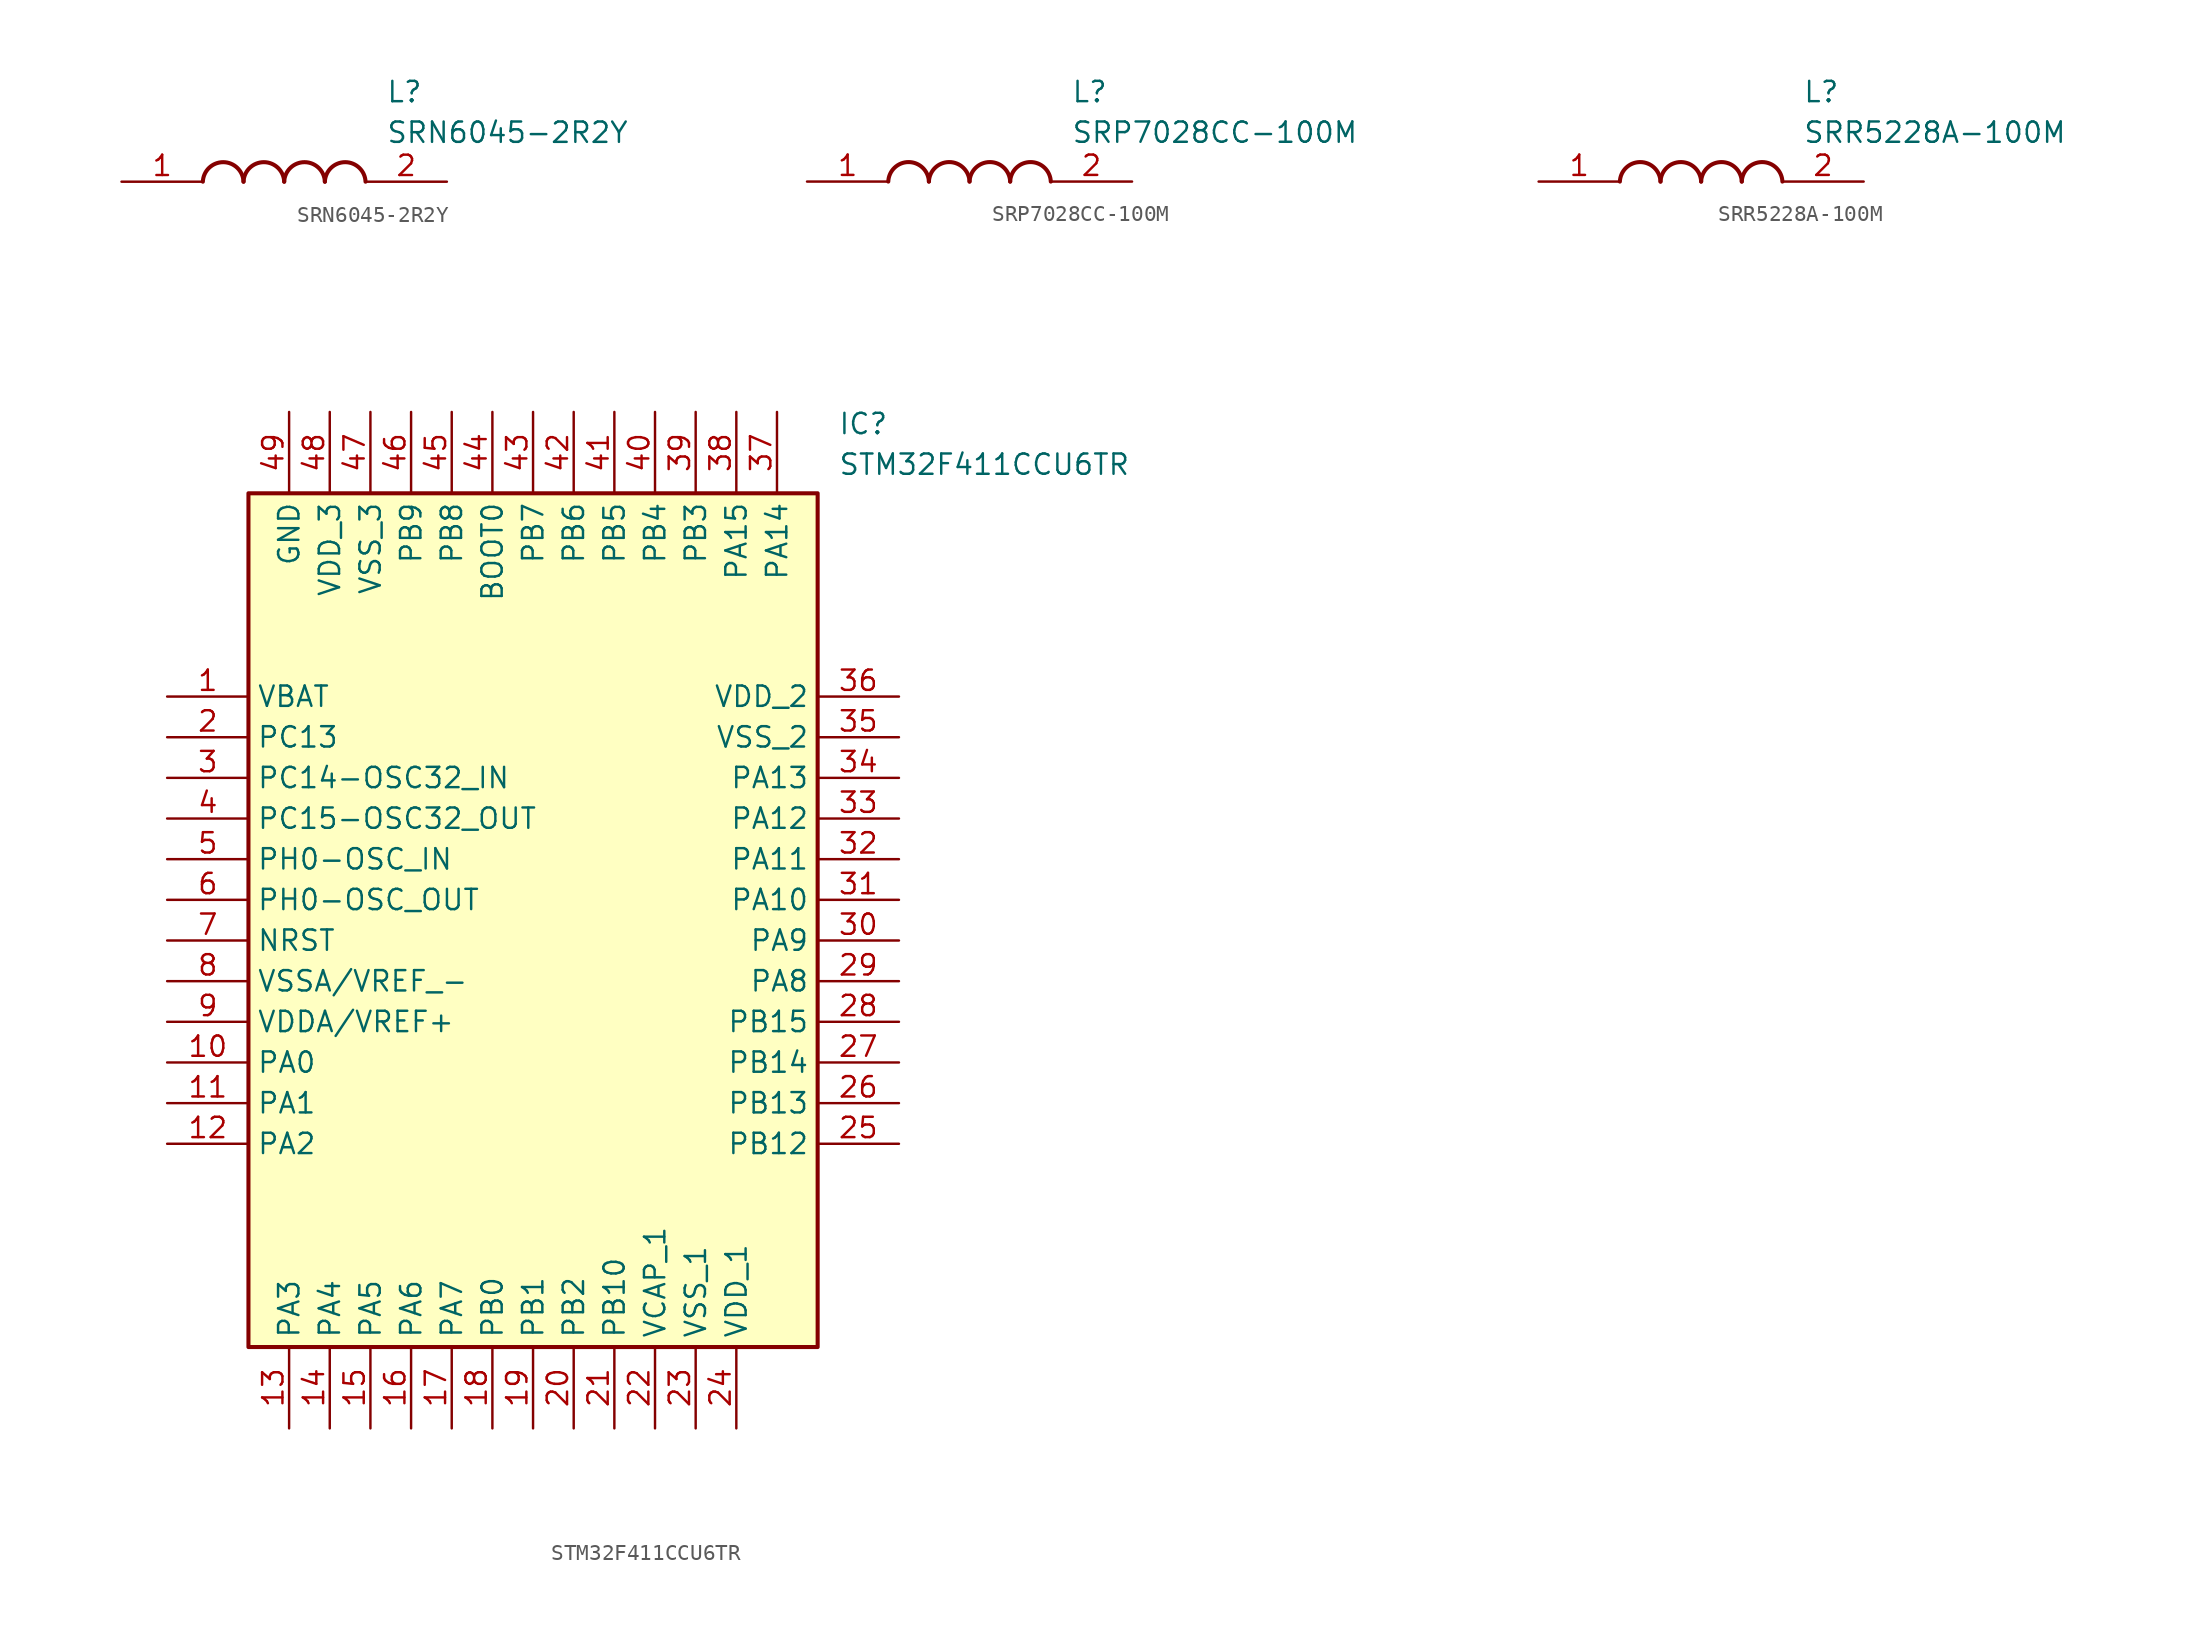
<source format=kicad_sym>
(kicad_symbol_lib
  (version 20231120)
  (generator "kicad_symbol_editor")
  (generator_version "8.0")
  (symbol "SRN6045-2R2Y"
    (pin_names hide)
    (property "Reference" "L"
      (at 16.51 6.35 0)
      (effects (font (size 1.27 1.27)) (justify left top)))
    (property "Value" "SRN6045-2R2Y"
      (at 16.51 3.81 0)
      (effects (font (size 1.27 1.27)) (justify left top)))
    (symbol "SRN6045-2R2Y_1_1"
      (arc (start 7.62 0) (mid 6.35 1.219) (end 5.08 0) (stroke (width 0.254) (type default)) (fill (type none)))
      (arc (start 10.16 0) (mid 8.89 1.219) (end 7.62 0) (stroke (width 0.254) (type default)) (fill (type none)))
      (arc (start 12.7 0) (mid 11.43 1.219) (end 10.16 0) (stroke (width 0.254) (type default)) (fill (type none)))
      (arc (start 15.24 0) (mid 13.97 1.219) (end 12.7 0) (stroke (width 0.254) (type default)) (fill (type none)))
      (pin passive line (at 0 0 0) (length 5.08) (name "1" (effects (font (size 1.27 1.27)))) (number "1" (effects (font (size 1.27 1.27)))))
      (pin passive line (at 20.32 0 180) (length 5.08) (name "2" (effects (font (size 1.27 1.27)))) (number "2" (effects (font (size 1.27 1.27)))))))
  (symbol "SRP7028CC-100M"
    (pin_names hide)
    (property "Reference" "L"
      (at 16.51 6.35 0)
      (effects (font (size 1.27 1.27)) (justify left top)))
    (property "Value" "SRP7028CC-100M"
      (at 16.51 3.81 0)
      (effects (font (size 1.27 1.27)) (justify left top)))
    (symbol "SRP7028CC-100M_1_1"
      (arc (start 7.62 0) (mid 6.35 1.219) (end 5.08 0) (stroke (width 0.254) (type default)) (fill (type none)))
      (arc (start 10.16 0) (mid 8.89 1.219) (end 7.62 0) (stroke (width 0.254) (type default)) (fill (type none)))
      (arc (start 12.7 0) (mid 11.43 1.219) (end 10.16 0) (stroke (width 0.254) (type default)) (fill (type none)))
      (arc (start 15.24 0) (mid 13.97 1.219) (end 12.7 0) (stroke (width 0.254) (type default)) (fill (type none)))
      (pin passive line (at 0 0 0) (length 5.08) (name "1" (effects (font (size 1.27 1.27)))) (number "1" (effects (font (size 1.27 1.27)))))
      (pin passive line (at 20.32 0 180) (length 5.08) (name "2" (effects (font (size 1.27 1.27)))) (number "2" (effects (font (size 1.27 1.27)))))))
  (symbol "SRR5228A-100M"
    (pin_names hide)
    (property "Reference" "L"
      (at 16.51 6.35 0)
      (effects (font (size 1.27 1.27)) (justify left top)))
    (property "Value" "SRR5228A-100M"
      (at 16.51 3.81 0)
      (effects (font (size 1.27 1.27)) (justify left top)))
    (symbol "SRR5228A-100M_1_1"
      (arc (start 7.62 0) (mid 6.35 1.219) (end 5.08 0) (stroke (width 0.254) (type default)) (fill (type none)))
      (arc (start 10.16 0) (mid 8.89 1.219) (end 7.62 0) (stroke (width 0.254) (type default)) (fill (type none)))
      (arc (start 12.7 0) (mid 11.43 1.219) (end 10.16 0) (stroke (width 0.254) (type default)) (fill (type none)))
      (arc (start 15.24 0) (mid 13.97 1.219) (end 12.7 0) (stroke (width 0.254) (type default)) (fill (type none)))
      (pin passive line (at 0 0 0) (length 5.08) (name "1" (effects (font (size 1.27 1.27)))) (number "1" (effects (font (size 1.27 1.27)))))
      (pin passive line (at 20.32 0 180) (length 5.08) (name "2" (effects (font (size 1.27 1.27)))) (number "2" (effects (font (size 1.27 1.27)))))))
  (symbol "STM32F411CCU6TR"
    (property "Reference" "IC"
      (at 41.91 17.78 0)
      (effects (font (size 1.27 1.27)) (justify left top)))
    (property "Value" "STM32F411CCU6TR"
      (at 41.91 15.24 0)
      (effects (font (size 1.27 1.27)) (justify left top)))
    (symbol "STM32F411CCU6TR_1_1"
      (rectangle (start 5.08 12.7) (end 40.64 -40.64) (stroke (width 0.254) (type default)) (fill (type background)))
      (pin passive line (at 0 0 0) (length 5.08) (name "VBAT" (effects (font (size 1.27 1.27)))) (number "1" (effects (font (size 1.27 1.27)))))
      (pin passive line (at 0 -22.86 0) (length 5.08) (name "PA0" (effects (font (size 1.27 1.27)))) (number "10" (effects (font (size 1.27 1.27)))))
      (pin passive line (at 0 -25.4 0) (length 5.08) (name "PA1" (effects (font (size 1.27 1.27)))) (number "11" (effects (font (size 1.27 1.27)))))
      (pin passive line (at 0 -27.94 0) (length 5.08) (name "PA2" (effects (font (size 1.27 1.27)))) (number "12" (effects (font (size 1.27 1.27)))))
      (pin passive line (at 7.62 -45.72 90) (length 5.08) (name "PA3" (effects (font (size 1.27 1.27)))) (number "13" (effects (font (size 1.27 1.27)))))
      (pin passive line (at 10.16 -45.72 90) (length 5.08) (name "PA4" (effects (font (size 1.27 1.27)))) (number "14" (effects (font (size 1.27 1.27)))))
      (pin passive line (at 12.7 -45.72 90) (length 5.08) (name "PA5" (effects (font (size 1.27 1.27)))) (number "15" (effects (font (size 1.27 1.27)))))
      (pin passive line (at 15.24 -45.72 90) (length 5.08) (name "PA6" (effects (font (size 1.27 1.27)))) (number "16" (effects (font (size 1.27 1.27)))))
      (pin passive line (at 17.78 -45.72 90) (length 5.08) (name "PA7" (effects (font (size 1.27 1.27)))) (number "17" (effects (font (size 1.27 1.27)))))
      (pin passive line (at 20.32 -45.72 90) (length 5.08) (name "PB0" (effects (font (size 1.27 1.27)))) (number "18" (effects (font (size 1.27 1.27)))))
      (pin passive line (at 22.86 -45.72 90) (length 5.08) (name "PB1" (effects (font (size 1.27 1.27)))) (number "19" (effects (font (size 1.27 1.27)))))
      (pin passive line (at 0 -2.54 0) (length 5.08) (name "PC13" (effects (font (size 1.27 1.27)))) (number "2" (effects (font (size 1.27 1.27)))))
      (pin passive line (at 25.4 -45.72 90) (length 5.08) (name "PB2" (effects (font (size 1.27 1.27)))) (number "20" (effects (font (size 1.27 1.27)))))
      (pin passive line (at 27.94 -45.72 90) (length 5.08) (name "PB10" (effects (font (size 1.27 1.27)))) (number "21" (effects (font (size 1.27 1.27)))))
      (pin passive line (at 30.48 -45.72 90) (length 5.08) (name "VCAP_1" (effects (font (size 1.27 1.27)))) (number "22" (effects (font (size 1.27 1.27)))))
      (pin passive line (at 33.02 -45.72 90) (length 5.08) (name "VSS_1" (effects (font (size 1.27 1.27)))) (number "23" (effects (font (size 1.27 1.27)))))
      (pin passive line (at 35.56 -45.72 90) (length 5.08) (name "VDD_1" (effects (font (size 1.27 1.27)))) (number "24" (effects (font (size 1.27 1.27)))))
      (pin passive line (at 45.72 -27.94 180) (length 5.08) (name "PB12" (effects (font (size 1.27 1.27)))) (number "25" (effects (font (size 1.27 1.27)))))
      (pin passive line (at 45.72 -25.4 180) (length 5.08) (name "PB13" (effects (font (size 1.27 1.27)))) (number "26" (effects (font (size 1.27 1.27)))))
      (pin passive line (at 45.72 -22.86 180) (length 5.08) (name "PB14" (effects (font (size 1.27 1.27)))) (number "27" (effects (font (size 1.27 1.27)))))
      (pin passive line (at 45.72 -20.32 180) (length 5.08) (name "PB15" (effects (font (size 1.27 1.27)))) (number "28" (effects (font (size 1.27 1.27)))))
      (pin passive line (at 45.72 -17.78 180) (length 5.08) (name "PA8" (effects (font (size 1.27 1.27)))) (number "29" (effects (font (size 1.27 1.27)))))
      (pin passive line (at 0 -5.08 0) (length 5.08) (name "PC14-OSC32_IN" (effects (font (size 1.27 1.27)))) (number "3" (effects (font (size 1.27 1.27)))))
      (pin passive line (at 45.72 -15.24 180) (length 5.08) (name "PA9" (effects (font (size 1.27 1.27)))) (number "30" (effects (font (size 1.27 1.27)))))
      (pin passive line (at 45.72 -12.7 180) (length 5.08) (name "PA10" (effects (font (size 1.27 1.27)))) (number "31" (effects (font (size 1.27 1.27)))))
      (pin passive line (at 45.72 -10.16 180) (length 5.08) (name "PA11" (effects (font (size 1.27 1.27)))) (number "32" (effects (font (size 1.27 1.27)))))
      (pin passive line (at 45.72 -7.62 180) (length 5.08) (name "PA12" (effects (font (size 1.27 1.27)))) (number "33" (effects (font (size 1.27 1.27)))))
      (pin passive line (at 45.72 -5.08 180) (length 5.08) (name "PA13" (effects (font (size 1.27 1.27)))) (number "34" (effects (font (size 1.27 1.27)))))
      (pin passive line (at 45.72 -2.54 180) (length 5.08) (name "VSS_2" (effects (font (size 1.27 1.27)))) (number "35" (effects (font (size 1.27 1.27)))))
      (pin passive line (at 45.72 0 180) (length 5.08) (name "VDD_2" (effects (font (size 1.27 1.27)))) (number "36" (effects (font (size 1.27 1.27)))))
      (pin passive line (at 38.1 17.78 270) (length 5.08) (name "PA14" (effects (font (size 1.27 1.27)))) (number "37" (effects (font (size 1.27 1.27)))))
      (pin passive line (at 35.56 17.78 270) (length 5.08) (name "PA15" (effects (font (size 1.27 1.27)))) (number "38" (effects (font (size 1.27 1.27)))))
      (pin passive line (at 33.02 17.78 270) (length 5.08) (name "PB3" (effects (font (size 1.27 1.27)))) (number "39" (effects (font (size 1.27 1.27)))))
      (pin passive line (at 0 -7.62 0) (length 5.08) (name "PC15-OSC32_OUT" (effects (font (size 1.27 1.27)))) (number "4" (effects (font (size 1.27 1.27)))))
      (pin passive line (at 30.48 17.78 270) (length 5.08) (name "PB4" (effects (font (size 1.27 1.27)))) (number "40" (effects (font (size 1.27 1.27)))))
      (pin passive line (at 27.94 17.78 270) (length 5.08) (name "PB5" (effects (font (size 1.27 1.27)))) (number "41" (effects (font (size 1.27 1.27)))))
      (pin passive line (at 25.4 17.78 270) (length 5.08) (name "PB6" (effects (font (size 1.27 1.27)))) (number "42" (effects (font (size 1.27 1.27)))))
      (pin passive line (at 22.86 17.78 270) (length 5.08) (name "PB7" (effects (font (size 1.27 1.27)))) (number "43" (effects (font (size 1.27 1.27)))))
      (pin passive line (at 20.32 17.78 270) (length 5.08) (name "BOOT0" (effects (font (size 1.27 1.27)))) (number "44" (effects (font (size 1.27 1.27)))))
      (pin passive line (at 17.78 17.78 270) (length 5.08) (name "PB8" (effects (font (size 1.27 1.27)))) (number "45" (effects (font (size 1.27 1.27)))))
      (pin passive line (at 15.24 17.78 270) (length 5.08) (name "PB9" (effects (font (size 1.27 1.27)))) (number "46" (effects (font (size 1.27 1.27)))))
      (pin passive line (at 12.7 17.78 270) (length 5.08) (name "VSS_3" (effects (font (size 1.27 1.27)))) (number "47" (effects (font (size 1.27 1.27)))))
      (pin passive line (at 10.16 17.78 270) (length 5.08) (name "VDD_3" (effects (font (size 1.27 1.27)))) (number "48" (effects (font (size 1.27 1.27)))))
      (pin passive line (at 7.62 17.78 270) (length 5.08) (name "GND" (effects (font (size 1.27 1.27)))) (number "49" (effects (font (size 1.27 1.27)))))
      (pin passive line (at 0 -10.16 0) (length 5.08) (name "PH0-OSC_IN" (effects (font (size 1.27 1.27)))) (number "5" (effects (font (size 1.27 1.27)))))
      (pin passive line (at 0 -12.7 0) (length 5.08) (name "PH0-OSC_OUT" (effects (font (size 1.27 1.27)))) (number "6" (effects (font (size 1.27 1.27)))))
      (pin passive line (at 0 -15.24 0) (length 5.08) (name "NRST" (effects (font (size 1.27 1.27)))) (number "7" (effects (font (size 1.27 1.27)))))
      (pin passive line (at 0 -17.78 0) (length 5.08) (name "VSSA/VREF_-" (effects (font (size 1.27 1.27)))) (number "8" (effects (font (size 1.27 1.27)))))
      (pin passive line (at 0 -20.32 0) (length 5.08) (name "VDDA/VREF+" (effects (font (size 1.27 1.27)))) (number "9" (effects (font (size 1.27 1.27))))))))
</source>
